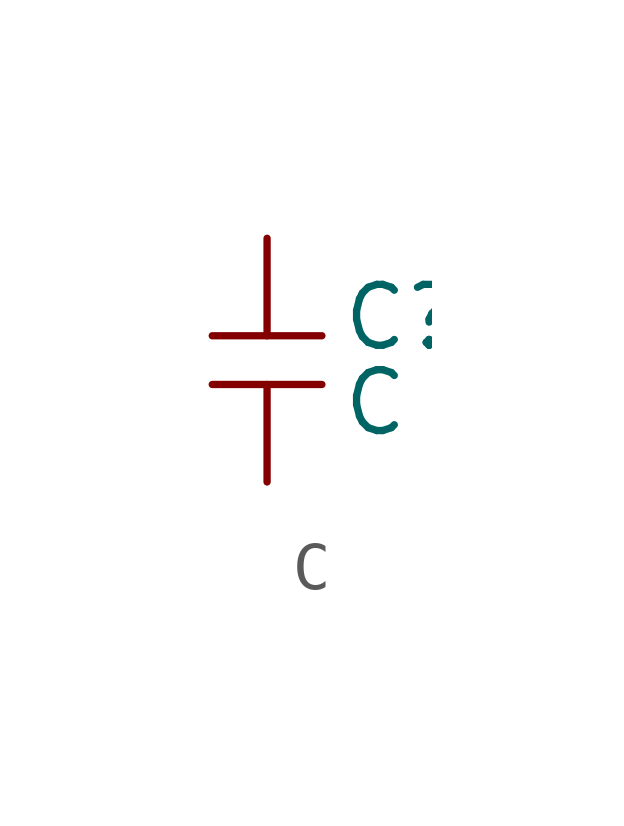
<source format=kicad_sym>
(kicad_symbol_lib
  (version 20211014)
  (generator kicad_symbol_editor)
  (symbol "C"
    (pin_numbers hide)
    (pin_names
      (offset 1.016) hide)
    (property "Reference" "C"
      (at 1.524 -1.651 0)
      (effects (font (size 1.27 1.27)) (justify left)))
    (property "Value" "C"
      (at 1.524 -3.429 0)
      (effects (font (size 1.27 1.27)) (justify left)))
    (symbol "C_0_1"
      (polyline (pts (xy -1.143 -2.032) (xy 1.143 -2.032)) (stroke (width 0) (type default) (color 0 0 0 0)) (fill (type none)))
      (polyline (pts (xy 1.143 -3.048) (xy -1.143 -3.048)) (stroke (width 0) (type default) (color 0 0 0 0)) (fill (type none))))
    (symbol "C_1_1"
      (pin passive line (at 0 0 270) (length 2.032) (name "~" (effects (font (size 1.27 1.27)))) (number "1" (effects (font (size 1.27 1.27)))))
      (pin passive line (at 0 -5.08 90) (length 2.032) (name "~" (effects (font (size 1.27 1.27)))) (number "2" (effects (font (size 1.27 1.27))))))))
</source>
